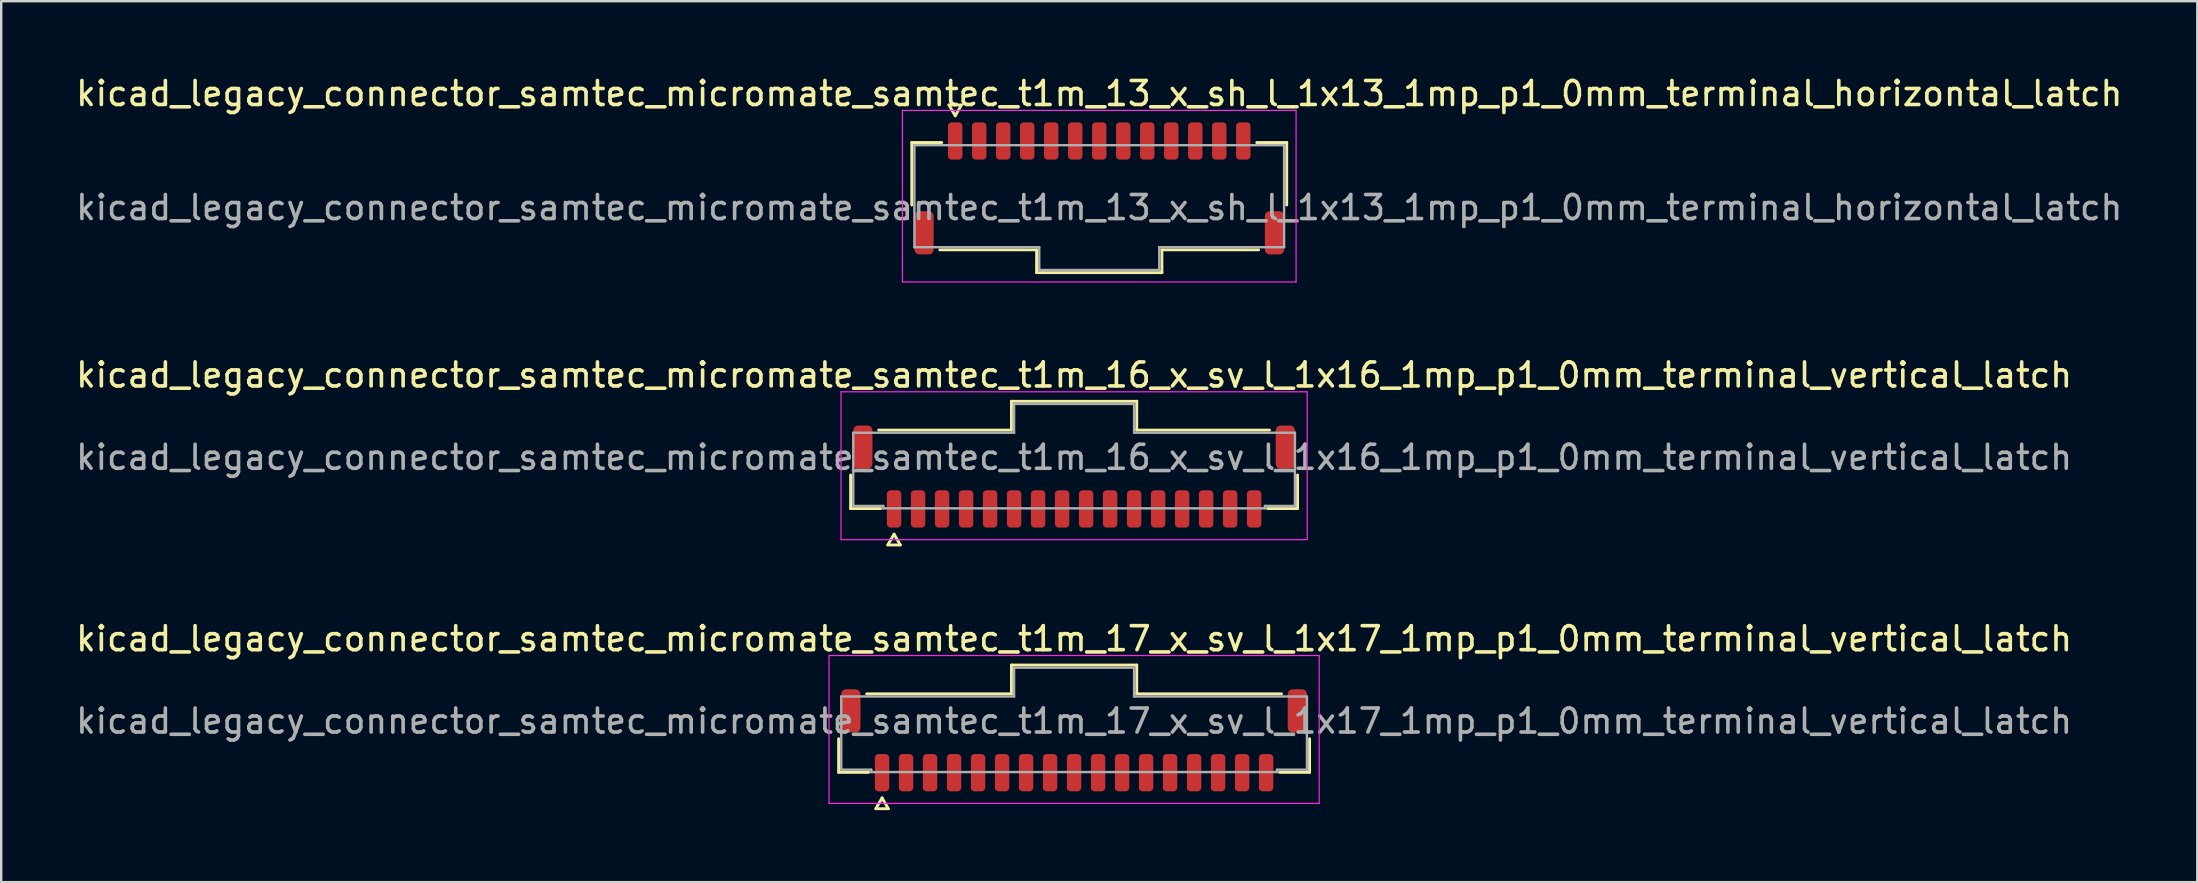
<source format=kicad_pcb>
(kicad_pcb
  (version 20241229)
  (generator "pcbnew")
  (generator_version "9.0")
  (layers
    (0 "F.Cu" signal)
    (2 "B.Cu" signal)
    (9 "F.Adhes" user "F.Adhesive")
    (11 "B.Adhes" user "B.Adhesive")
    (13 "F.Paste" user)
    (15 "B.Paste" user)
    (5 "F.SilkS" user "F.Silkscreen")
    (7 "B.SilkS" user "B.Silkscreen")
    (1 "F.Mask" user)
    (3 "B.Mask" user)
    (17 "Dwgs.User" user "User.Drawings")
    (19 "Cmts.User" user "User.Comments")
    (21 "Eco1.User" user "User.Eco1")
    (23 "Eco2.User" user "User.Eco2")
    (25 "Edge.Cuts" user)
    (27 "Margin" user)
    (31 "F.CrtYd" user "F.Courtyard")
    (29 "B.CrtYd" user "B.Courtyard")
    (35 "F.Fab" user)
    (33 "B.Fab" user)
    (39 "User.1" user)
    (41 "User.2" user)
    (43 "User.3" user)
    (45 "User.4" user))
  (footprint "kicad_legacy_connector_samtec_micromate_samtec_t1m_17_x_sv_l_1x17_1mp_p1_0mm_terminal_vertical_latch"
    (layer "F.Cu")
    (at 41.696 26.99)
    (property "Reference" "kicad_legacy_connector_samtec_micromate_samtec_t1m_17_x_sv_l_1x17_1mp_p1_0mm_terminal_vertical_latch" (at 0 -3.43 0) (layer "F.SilkS") (effects (font (size 1 1) (thickness 0.15))))
    (attr smd)
    (fp_line (start -9.81 2.135) (end -9.81 0.735) (stroke (width 0.12) (type solid)) (layer "F.SilkS"))
    (fp_line (start -8.64 -1.135) (end -2.61 -1.135) (stroke (width 0.12) (type solid)) (layer "F.SilkS"))
    (fp_line (start -8.56 2.135) (end -9.81 2.135) (stroke (width 0.12) (type solid)) (layer "F.SilkS"))
    (fp_line (start -8.26 3.65) (end -8 3.2) (stroke (width 0.12) (type solid)) (layer "F.SilkS"))
    (fp_line (start -8 3.2) (end -7.74 3.65) (stroke (width 0.12) (type solid)) (layer "F.SilkS"))
    (fp_line (start -7.74 3.65) (end -8.26 3.65) (stroke (width 0.12) (type solid)) (layer "F.SilkS"))
    (fp_line (start -2.61 -2.335) (end 2.61 -2.335) (stroke (width 0.12) (type solid)) (layer "F.SilkS"))
    (fp_line (start -2.61 -1.135) (end -2.61 -2.335) (stroke (width 0.12) (type solid)) (layer "F.SilkS"))
    (fp_line (start 2.61 -2.335) (end 2.61 -1.135) (stroke (width 0.12) (type solid)) (layer "F.SilkS"))
    (fp_line (start 2.61 -1.135) (end 8.64 -1.135) (stroke (width 0.12) (type solid)) (layer "F.SilkS"))
    (fp_line (start 9.81 0.735) (end 9.81 2.135) (stroke (width 0.12) (type solid)) (layer "F.SilkS"))
    (fp_line (start 9.81 2.135) (end 8.56 2.135) (stroke (width 0.12) (type solid)) (layer "F.SilkS"))
    (fp_line (start -10.21 -2.73) (end -10.21 3.43) (stroke (width 0.05) (type solid)) (layer "F.CrtYd"))
    (fp_line (start -10.21 3.43) (end 10.21 3.43) (stroke (width 0.05) (type solid)) (layer "F.CrtYd"))
    (fp_line (start 10.21 -2.73) (end -10.21 -2.73) (stroke (width 0.05) (type solid)) (layer "F.CrtYd"))
    (fp_line (start 10.21 3.43) (end 10.21 -2.73) (stroke (width 0.05) (type solid)) (layer "F.CrtYd"))
    (fp_line (start -9.7 -1.025) (end -2.5 -1.025) (stroke (width 0.1) (type solid)) (layer "F.Fab"))
    (fp_line (start -9.7 2.025) (end -9.7 -1.025) (stroke (width 0.1) (type solid)) (layer "F.Fab"))
    (fp_line (start -8.45 2.025) (end -9.7 2.025) (stroke (width 0.1) (type solid)) (layer "F.Fab"))
    (fp_line (start -8.45 2.125) (end -8.45 2.025) (stroke (width 0.1) (type solid)) (layer "F.Fab"))
    (fp_line (start -2.5 -2.225) (end 2.5 -2.225) (stroke (width 0.1) (type solid)) (layer "F.Fab"))
    (fp_line (start -2.5 -1.025) (end -2.5 -2.225) (stroke (width 0.1) (type solid)) (layer "F.Fab"))
    (fp_line (start 2.5 -2.225) (end 2.5 -1.025) (stroke (width 0.1) (type solid)) (layer "F.Fab"))
    (fp_line (start 2.5 -1.025) (end 9.7 -1.025) (stroke (width 0.1) (type solid)) (layer "F.Fab"))
    (fp_line (start 8.45 2.025) (end 8.45 2.125) (stroke (width 0.1) (type solid)) (layer "F.Fab"))
    (fp_line (start 8.45 2.125) (end -8.45 2.125) (stroke (width 0.1) (type solid)) (layer "F.Fab"))
    (fp_line (start 9.7 -1.025) (end 9.7 2.025) (stroke (width 0.1) (type solid)) (layer "F.Fab"))
    (fp_line (start 9.7 2.025) (end 8.45 2.025) (stroke (width 0.1) (type solid)) (layer "F.Fab"))
    (fp_text user "${REFERENCE}" (at 0 0 0) (layer "F.Fab") (effects (font (size 1 1) (thickness 0.15))))
    (pad "1" smd roundrect (at -8 2.15) (size 0.6 1.55) (layers "F.Cu" "F.Mask" "F.Paste") (roundrect_rratio 0.25))
    (pad "2" smd roundrect (at -7 2.15) (size 0.6 1.55) (layers "F.Cu" "F.Mask" "F.Paste") (roundrect_rratio 0.25))
    (pad "3" smd roundrect (at -6 2.15) (size 0.6 1.55) (layers "F.Cu" "F.Mask" "F.Paste") (roundrect_rratio 0.25))
    (pad "4" smd roundrect (at -5 2.15) (size 0.6 1.55) (layers "F.Cu" "F.Mask" "F.Paste") (roundrect_rratio 0.25))
    (pad "5" smd roundrect (at -4 2.15) (size 0.6 1.55) (layers "F.Cu" "F.Mask" "F.Paste") (roundrect_rratio 0.25))
    (pad "6" smd roundrect (at -3 2.15) (size 0.6 1.55) (layers "F.Cu" "F.Mask" "F.Paste") (roundrect_rratio 0.25))
    (pad "7" smd roundrect (at -2 2.15) (size 0.6 1.55) (layers "F.Cu" "F.Mask" "F.Paste") (roundrect_rratio 0.25))
    (pad "8" smd roundrect (at -1 2.15) (size 0.6 1.55) (layers "F.Cu" "F.Mask" "F.Paste") (roundrect_rratio 0.25))
    (pad "9" smd roundrect (at 0 2.15) (size 0.6 1.55) (layers "F.Cu" "F.Mask" "F.Paste") (roundrect_rratio 0.25))
    (pad "10" smd roundrect (at 1 2.15) (size 0.6 1.55) (layers "F.Cu" "F.Mask" "F.Paste") (roundrect_rratio 0.25))
    (pad "11" smd roundrect (at 2 2.15) (size 0.6 1.55) (layers "F.Cu" "F.Mask" "F.Paste") (roundrect_rratio 0.25))
    (pad "12" smd roundrect (at 3 2.15) (size 0.6 1.55) (layers "F.Cu" "F.Mask" "F.Paste") (roundrect_rratio 0.25))
    (pad "13" smd roundrect (at 4 2.15) (size 0.6 1.55) (layers "F.Cu" "F.Mask" "F.Paste") (roundrect_rratio 0.25))
    (pad "14" smd roundrect (at 5 2.15) (size 0.6 1.55) (layers "F.Cu" "F.Mask" "F.Paste") (roundrect_rratio 0.25))
    (pad "15" smd roundrect (at 6 2.15) (size 0.6 1.55) (layers "F.Cu" "F.Mask" "F.Paste") (roundrect_rratio 0.25))
    (pad "16" smd roundrect (at 7 2.15) (size 0.6 1.55) (layers "F.Cu" "F.Mask" "F.Paste") (roundrect_rratio 0.25))
    (pad "17" smd roundrect (at 8 2.15) (size 0.6 1.55) (layers "F.Cu" "F.Mask" "F.Paste") (roundrect_rratio 0.25))
    (pad "MP" smd roundrect (at -9.3 -0.425) (size 0.8 1.8) (layers "F.Cu" "F.Mask" "F.Paste") (roundrect_rratio 0.25))
    (pad "MP" smd roundrect (at 9.3 -0.425) (size 0.8 1.8) (layers "F.Cu" "F.Mask" "F.Paste") (roundrect_rratio 0.25)))
  (footprint "kicad_legacy_connector_samtec_micromate_samtec_t1m_16_x_sv_l_1x16_1mp_p1_0mm_terminal_vertical_latch"
    (layer "F.Cu")
    (at 41.696 16.002)
    (property "Reference" "kicad_legacy_connector_samtec_micromate_samtec_t1m_16_x_sv_l_1x16_1mp_p1_0mm_terminal_vertical_latch" (at 0 -3.43 0) (layer "F.SilkS") (effects (font (size 1 1) (thickness 0.15))))
    (attr smd)
    (fp_line (start -9.31 2.135) (end -9.31 0.735) (stroke (width 0.12) (type solid)) (layer "F.SilkS"))
    (fp_line (start -8.14 -1.135) (end -2.61 -1.135) (stroke (width 0.12) (type solid)) (layer "F.SilkS"))
    (fp_line (start -8.06 2.135) (end -9.31 2.135) (stroke (width 0.12) (type solid)) (layer "F.SilkS"))
    (fp_line (start -7.76 3.65) (end -7.5 3.2) (stroke (width 0.12) (type solid)) (layer "F.SilkS"))
    (fp_line (start -7.5 3.2) (end -7.24 3.65) (stroke (width 0.12) (type solid)) (layer "F.SilkS"))
    (fp_line (start -7.24 3.65) (end -7.76 3.65) (stroke (width 0.12) (type solid)) (layer "F.SilkS"))
    (fp_line (start -2.61 -2.335) (end 2.61 -2.335) (stroke (width 0.12) (type solid)) (layer "F.SilkS"))
    (fp_line (start -2.61 -1.135) (end -2.61 -2.335) (stroke (width 0.12) (type solid)) (layer "F.SilkS"))
    (fp_line (start 2.61 -2.335) (end 2.61 -1.135) (stroke (width 0.12) (type solid)) (layer "F.SilkS"))
    (fp_line (start 2.61 -1.135) (end 8.14 -1.135) (stroke (width 0.12) (type solid)) (layer "F.SilkS"))
    (fp_line (start 9.31 0.735) (end 9.31 2.135) (stroke (width 0.12) (type solid)) (layer "F.SilkS"))
    (fp_line (start 9.31 2.135) (end 8.06 2.135) (stroke (width 0.12) (type solid)) (layer "F.SilkS"))
    (fp_line (start -9.71 -2.73) (end -9.71 3.43) (stroke (width 0.05) (type solid)) (layer "F.CrtYd"))
    (fp_line (start -9.71 3.43) (end 9.71 3.43) (stroke (width 0.05) (type solid)) (layer "F.CrtYd"))
    (fp_line (start 9.71 -2.73) (end -9.71 -2.73) (stroke (width 0.05) (type solid)) (layer "F.CrtYd"))
    (fp_line (start 9.71 3.43) (end 9.71 -2.73) (stroke (width 0.05) (type solid)) (layer "F.CrtYd"))
    (fp_line (start -9.2 -1.025) (end -2.5 -1.025) (stroke (width 0.1) (type solid)) (layer "F.Fab"))
    (fp_line (start -9.2 2.025) (end -9.2 -1.025) (stroke (width 0.1) (type solid)) (layer "F.Fab"))
    (fp_line (start -7.95 2.025) (end -9.2 2.025) (stroke (width 0.1) (type solid)) (layer "F.Fab"))
    (fp_line (start -7.95 2.125) (end -7.95 2.025) (stroke (width 0.1) (type solid)) (layer "F.Fab"))
    (fp_line (start -2.5 -2.225) (end 2.5 -2.225) (stroke (width 0.1) (type solid)) (layer "F.Fab"))
    (fp_line (start -2.5 -1.025) (end -2.5 -2.225) (stroke (width 0.1) (type solid)) (layer "F.Fab"))
    (fp_line (start 2.5 -2.225) (end 2.5 -1.025) (stroke (width 0.1) (type solid)) (layer "F.Fab"))
    (fp_line (start 2.5 -1.025) (end 9.2 -1.025) (stroke (width 0.1) (type solid)) (layer "F.Fab"))
    (fp_line (start 7.95 2.025) (end 7.95 2.125) (stroke (width 0.1) (type solid)) (layer "F.Fab"))
    (fp_line (start 7.95 2.125) (end -7.95 2.125) (stroke (width 0.1) (type solid)) (layer "F.Fab"))
    (fp_line (start 9.2 -1.025) (end 9.2 2.025) (stroke (width 0.1) (type solid)) (layer "F.Fab"))
    (fp_line (start 9.2 2.025) (end 7.95 2.025) (stroke (width 0.1) (type solid)) (layer "F.Fab"))
    (fp_text user "${REFERENCE}" (at 0 0 0) (layer "F.Fab") (effects (font (size 1 1) (thickness 0.15))))
    (pad "1" smd roundrect (at -7.5 2.15) (size 0.6 1.55) (layers "F.Cu" "F.Mask" "F.Paste") (roundrect_rratio 0.25))
    (pad "2" smd roundrect (at -6.5 2.15) (size 0.6 1.55) (layers "F.Cu" "F.Mask" "F.Paste") (roundrect_rratio 0.25))
    (pad "3" smd roundrect (at -5.5 2.15) (size 0.6 1.55) (layers "F.Cu" "F.Mask" "F.Paste") (roundrect_rratio 0.25))
    (pad "4" smd roundrect (at -4.5 2.15) (size 0.6 1.55) (layers "F.Cu" "F.Mask" "F.Paste") (roundrect_rratio 0.25))
    (pad "5" smd roundrect (at -3.5 2.15) (size 0.6 1.55) (layers "F.Cu" "F.Mask" "F.Paste") (roundrect_rratio 0.25))
    (pad "6" smd roundrect (at -2.5 2.15) (size 0.6 1.55) (layers "F.Cu" "F.Mask" "F.Paste") (roundrect_rratio 0.25))
    (pad "7" smd roundrect (at -1.5 2.15) (size 0.6 1.55) (layers "F.Cu" "F.Mask" "F.Paste") (roundrect_rratio 0.25))
    (pad "8" smd roundrect (at -0.5 2.15) (size 0.6 1.55) (layers "F.Cu" "F.Mask" "F.Paste") (roundrect_rratio 0.25))
    (pad "9" smd roundrect (at 0.5 2.15) (size 0.6 1.55) (layers "F.Cu" "F.Mask" "F.Paste") (roundrect_rratio 0.25))
    (pad "10" smd roundrect (at 1.5 2.15) (size 0.6 1.55) (layers "F.Cu" "F.Mask" "F.Paste") (roundrect_rratio 0.25))
    (pad "11" smd roundrect (at 2.5 2.15) (size 0.6 1.55) (layers "F.Cu" "F.Mask" "F.Paste") (roundrect_rratio 0.25))
    (pad "12" smd roundrect (at 3.5 2.15) (size 0.6 1.55) (layers "F.Cu" "F.Mask" "F.Paste") (roundrect_rratio 0.25))
    (pad "13" smd roundrect (at 4.5 2.15) (size 0.6 1.55) (layers "F.Cu" "F.Mask" "F.Paste") (roundrect_rratio 0.25))
    (pad "14" smd roundrect (at 5.5 2.15) (size 0.6 1.55) (layers "F.Cu" "F.Mask" "F.Paste") (roundrect_rratio 0.25))
    (pad "15" smd roundrect (at 6.5 2.15) (size 0.6 1.55) (layers "F.Cu" "F.Mask" "F.Paste") (roundrect_rratio 0.25))
    (pad "16" smd roundrect (at 7.5 2.15) (size 0.6 1.55) (layers "F.Cu" "F.Mask" "F.Paste") (roundrect_rratio 0.25))
    (pad "MP" smd roundrect (at -8.8 -0.425) (size 0.8 1.8) (layers "F.Cu" "F.Mask" "F.Paste") (roundrect_rratio 0.25))
    (pad "MP" smd roundrect (at 8.8 -0.425) (size 0.8 1.8) (layers "F.Cu" "F.Mask" "F.Paste") (roundrect_rratio 0.25)))
  (footprint "kicad_legacy_connector_samtec_micromate_samtec_t1m_13_x_sh_l_1x13_1mp_p1_0mm_terminal_horizontal_latch"
    (layer "F.Cu")
    (at 42.744 5.598)
    (property "Reference" "kicad_legacy_connector_samtec_micromate_samtec_t1m_13_x_sh_l_1x13_1mp_p1_0mm_terminal_horizontal_latch" (at 0 -4.75 0) (layer "F.SilkS") (effects (font (size 1 1) (thickness 0.15))))
    (attr smd)
    (fp_line (start -7.81 -2.71) (end -6.56 -2.71) (stroke (width 0.12) (type solid)) (layer "F.SilkS"))
    (fp_line (start -7.81 -0.11) (end -7.81 -2.71) (stroke (width 0.12) (type solid)) (layer "F.SilkS"))
    (fp_line (start -6.26 -4.275) (end -6 -3.825) (stroke (width 0.12) (type solid)) (layer "F.SilkS"))
    (fp_line (start -6 -3.825) (end -5.74 -4.275) (stroke (width 0.12) (type solid)) (layer "F.SilkS"))
    (fp_line (start -5.74 -4.275) (end -6.26 -4.275) (stroke (width 0.12) (type solid)) (layer "F.SilkS"))
    (fp_line (start -2.61 1.76) (end -6.64 1.76) (stroke (width 0.12) (type solid)) (layer "F.SilkS"))
    (fp_line (start -2.61 2.71) (end -2.61 1.76) (stroke (width 0.12) (type solid)) (layer "F.SilkS"))
    (fp_line (start 2.61 1.76) (end 2.61 2.71) (stroke (width 0.12) (type solid)) (layer "F.SilkS"))
    (fp_line (start 2.61 2.71) (end -2.61 2.71) (stroke (width 0.12) (type solid)) (layer "F.SilkS"))
    (fp_line (start 6.56 -2.71) (end 7.81 -2.71) (stroke (width 0.12) (type solid)) (layer "F.SilkS"))
    (fp_line (start 6.64 1.76) (end 2.61 1.76) (stroke (width 0.12) (type solid)) (layer "F.SilkS"))
    (fp_line (start 7.81 -2.71) (end 7.81 -0.11) (stroke (width 0.12) (type solid)) (layer "F.SilkS"))
    (fp_line (start -8.2 -4.05) (end -8.2 3.1) (stroke (width 0.05) (type solid)) (layer "F.CrtYd"))
    (fp_line (start -8.2 3.1) (end 8.2 3.1) (stroke (width 0.05) (type solid)) (layer "F.CrtYd"))
    (fp_line (start 8.2 -4.05) (end -8.2 -4.05) (stroke (width 0.05) (type solid)) (layer "F.CrtYd"))
    (fp_line (start 8.2 3.1) (end 8.2 -4.05) (stroke (width 0.05) (type solid)) (layer "F.CrtYd"))
    (fp_line (start -7.7 -2.6) (end 7.7 -2.6) (stroke (width 0.1) (type solid)) (layer "F.Fab"))
    (fp_line (start -7.7 1.65) (end -7.7 -2.6) (stroke (width 0.1) (type solid)) (layer "F.Fab"))
    (fp_line (start -2.5 1.65) (end -7.7 1.65) (stroke (width 0.1) (type solid)) (layer "F.Fab"))
    (fp_line (start -2.5 2.6) (end -2.5 1.65) (stroke (width 0.1) (type solid)) (layer "F.Fab"))
    (fp_line (start 2.5 1.65) (end 2.5 2.6) (stroke (width 0.1) (type solid)) (layer "F.Fab"))
    (fp_line (start 2.5 2.6) (end -2.5 2.6) (stroke (width 0.1) (type solid)) (layer "F.Fab"))
    (fp_line (start 7.7 -2.6) (end 7.7 1.65) (stroke (width 0.1) (type solid)) (layer "F.Fab"))
    (fp_line (start 7.7 1.65) (end 2.5 1.65) (stroke (width 0.1) (type solid)) (layer "F.Fab"))
    (fp_text user "${REFERENCE}" (at 0 0 0) (layer "F.Fab") (effects (font (size 1 1) (thickness 0.15))))
    (pad "1" smd roundrect (at -6 -2.775) (size 0.6 1.55) (layers "F.Cu" "F.Mask" "F.Paste") (roundrect_rratio 0.25))
    (pad "2" smd roundrect (at -5 -2.775) (size 0.6 1.55) (layers "F.Cu" "F.Mask" "F.Paste") (roundrect_rratio 0.25))
    (pad "3" smd roundrect (at -4 -2.775) (size 0.6 1.55) (layers "F.Cu" "F.Mask" "F.Paste") (roundrect_rratio 0.25))
    (pad "4" smd roundrect (at -3 -2.775) (size 0.6 1.55) (layers "F.Cu" "F.Mask" "F.Paste") (roundrect_rratio 0.25))
    (pad "5" smd roundrect (at -2 -2.775) (size 0.6 1.55) (layers "F.Cu" "F.Mask" "F.Paste") (roundrect_rratio 0.25))
    (pad "6" smd roundrect (at -1 -2.775) (size 0.6 1.55) (layers "F.Cu" "F.Mask" "F.Paste") (roundrect_rratio 0.25))
    (pad "7" smd roundrect (at 0 -2.775) (size 0.6 1.55) (layers "F.Cu" "F.Mask" "F.Paste") (roundrect_rratio 0.25))
    (pad "8" smd roundrect (at 1 -2.775) (size 0.6 1.55) (layers "F.Cu" "F.Mask" "F.Paste") (roundrect_rratio 0.25))
    (pad "9" smd roundrect (at 2 -2.775) (size 0.6 1.55) (layers "F.Cu" "F.Mask" "F.Paste") (roundrect_rratio 0.25))
    (pad "10" smd roundrect (at 3 -2.775) (size 0.6 1.55) (layers "F.Cu" "F.Mask" "F.Paste") (roundrect_rratio 0.25))
    (pad "11" smd roundrect (at 4 -2.775) (size 0.6 1.55) (layers "F.Cu" "F.Mask" "F.Paste") (roundrect_rratio 0.25))
    (pad "12" smd roundrect (at 5 -2.775) (size 0.6 1.55) (layers "F.Cu" "F.Mask" "F.Paste") (roundrect_rratio 0.25))
    (pad "13" smd roundrect (at 6 -2.775) (size 0.6 1.55) (layers "F.Cu" "F.Mask" "F.Paste") (roundrect_rratio 0.25))
    (pad "MP" smd roundrect (at -7.3 1.05) (size 0.8 1.8) (layers "F.Cu" "F.Mask" "F.Paste") (roundrect_rratio 0.25))
    (pad "MP" smd roundrect (at 7.3 1.05) (size 0.8 1.8) (layers "F.Cu" "F.Mask" "F.Paste") (roundrect_rratio 0.25)))
  (gr_rect
    (start -3 -3)
    (end 88.488 33.7)
    (stroke (width 0.1) (type default))
    (fill no)
    (layer "Edge.Cuts")))
</source>
